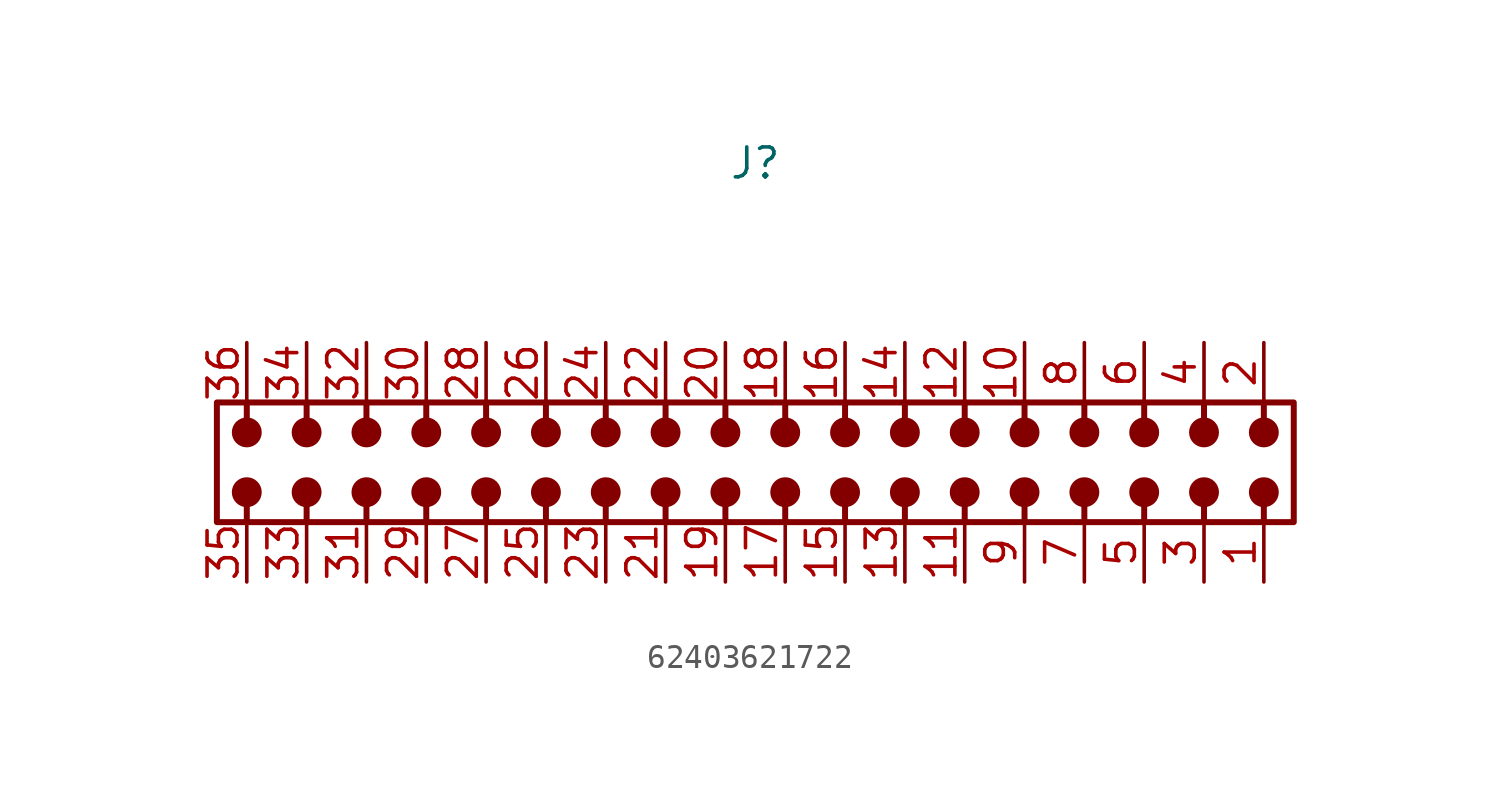
<source format=kicad_sym>
(kicad_symbol_lib
  (version 20241209)
  (generator "kicad_symbol_editor")
  (generator_version "9.0")
  (symbol "62403621722"
    (pin_names
      (hide yes))
    (property "Reference" "J"
      (at 0 12.7 0)
      (effects (font (size 1.27 1.27))))
    (symbol "62403621722_1_1"
      (rectangle (start -22.86 2.54) (end 22.86 -2.54) (stroke (width 0.254) (type solid)) (fill (type none)))
      (polyline (pts (xy -21.59 1.778) (xy -21.59 2.54)) (stroke (width 0.254) (type solid)) (fill (type none)))
      (circle (center -21.59 1.27) (radius 0.508) (stroke (width 0.254) (type solid)) (fill (type outline)))
      (circle (center -21.59 -1.27) (radius 0.508) (stroke (width 0.254) (type solid)) (fill (type outline)))
      (polyline (pts (xy -21.59 -1.778) (xy -21.59 -2.54)) (stroke (width 0.254) (type solid)) (fill (type none)))
      (polyline (pts (xy -19.05 1.778) (xy -19.05 2.54)) (stroke (width 0.254) (type solid)) (fill (type none)))
      (circle (center -19.05 1.27) (radius 0.508) (stroke (width 0.254) (type solid)) (fill (type outline)))
      (circle (center -19.05 -1.27) (radius 0.508) (stroke (width 0.254) (type solid)) (fill (type outline)))
      (polyline (pts (xy -19.05 -1.778) (xy -19.05 -2.54)) (stroke (width 0.254) (type solid)) (fill (type none)))
      (polyline (pts (xy -16.51 1.778) (xy -16.51 2.54)) (stroke (width 0.254) (type solid)) (fill (type none)))
      (circle (center -16.51 1.27) (radius 0.508) (stroke (width 0.254) (type solid)) (fill (type outline)))
      (circle (center -16.51 -1.27) (radius 0.508) (stroke (width 0.254) (type solid)) (fill (type outline)))
      (polyline (pts (xy -16.51 -1.778) (xy -16.51 -2.54)) (stroke (width 0.254) (type solid)) (fill (type none)))
      (polyline (pts (xy -13.97 1.778) (xy -13.97 2.54)) (stroke (width 0.254) (type solid)) (fill (type none)))
      (circle (center -13.97 1.27) (radius 0.508) (stroke (width 0.254) (type solid)) (fill (type outline)))
      (circle (center -13.97 -1.27) (radius 0.508) (stroke (width 0.254) (type solid)) (fill (type outline)))
      (polyline (pts (xy -13.97 -1.778) (xy -13.97 -2.54)) (stroke (width 0.254) (type solid)) (fill (type none)))
      (polyline (pts (xy -11.43 1.778) (xy -11.43 2.54)) (stroke (width 0.254) (type solid)) (fill (type none)))
      (circle (center -11.43 1.27) (radius 0.508) (stroke (width 0.254) (type solid)) (fill (type outline)))
      (circle (center -11.43 -1.27) (radius 0.508) (stroke (width 0.254) (type solid)) (fill (type outline)))
      (polyline (pts (xy -11.43 -1.778) (xy -11.43 -2.54)) (stroke (width 0.254) (type solid)) (fill (type none)))
      (polyline (pts (xy -8.89 1.778) (xy -8.89 2.54)) (stroke (width 0.254) (type solid)) (fill (type none)))
      (circle (center -8.89 1.27) (radius 0.508) (stroke (width 0.254) (type solid)) (fill (type outline)))
      (circle (center -8.89 -1.27) (radius 0.508) (stroke (width 0.254) (type solid)) (fill (type outline)))
      (polyline (pts (xy -8.89 -1.778) (xy -8.89 -2.54)) (stroke (width 0.254) (type solid)) (fill (type none)))
      (polyline (pts (xy -6.35 1.778) (xy -6.35 2.54)) (stroke (width 0.254) (type solid)) (fill (type none)))
      (circle (center -6.35 1.27) (radius 0.508) (stroke (width 0.254) (type solid)) (fill (type outline)))
      (circle (center -6.35 -1.27) (radius 0.508) (stroke (width 0.254) (type solid)) (fill (type outline)))
      (polyline (pts (xy -6.35 -1.778) (xy -6.35 -2.54)) (stroke (width 0.254) (type solid)) (fill (type none)))
      (polyline (pts (xy -3.81 1.778) (xy -3.81 2.54)) (stroke (width 0.254) (type solid)) (fill (type none)))
      (circle (center -3.81 1.27) (radius 0.508) (stroke (width 0.254) (type solid)) (fill (type outline)))
      (circle (center -3.81 -1.27) (radius 0.508) (stroke (width 0.254) (type solid)) (fill (type outline)))
      (polyline (pts (xy -3.81 -1.778) (xy -3.81 -2.54)) (stroke (width 0.254) (type solid)) (fill (type none)))
      (polyline (pts (xy -1.27 1.778) (xy -1.27 2.54)) (stroke (width 0.254) (type solid)) (fill (type none)))
      (circle (center -1.27 1.27) (radius 0.508) (stroke (width 0.254) (type solid)) (fill (type outline)))
      (circle (center -1.27 -1.27) (radius 0.508) (stroke (width 0.254) (type solid)) (fill (type outline)))
      (polyline (pts (xy -1.27 -1.778) (xy -1.27 -2.54)) (stroke (width 0.254) (type solid)) (fill (type none)))
      (polyline (pts (xy 1.27 1.778) (xy 1.27 2.54)) (stroke (width 0.254) (type solid)) (fill (type none)))
      (circle (center 1.27 1.27) (radius 0.508) (stroke (width 0.254) (type solid)) (fill (type outline)))
      (circle (center 1.27 -1.27) (radius 0.508) (stroke (width 0.254) (type solid)) (fill (type outline)))
      (polyline (pts (xy 1.27 -1.778) (xy 1.27 -2.54)) (stroke (width 0.254) (type solid)) (fill (type none)))
      (polyline (pts (xy 3.81 1.778) (xy 3.81 2.54)) (stroke (width 0.254) (type solid)) (fill (type none)))
      (circle (center 3.81 1.27) (radius 0.508) (stroke (width 0.254) (type solid)) (fill (type outline)))
      (circle (center 3.81 -1.27) (radius 0.508) (stroke (width 0.254) (type solid)) (fill (type outline)))
      (polyline (pts (xy 3.81 -1.778) (xy 3.81 -2.54)) (stroke (width 0.254) (type solid)) (fill (type none)))
      (polyline (pts (xy 6.35 1.778) (xy 6.35 2.54)) (stroke (width 0.254) (type solid)) (fill (type none)))
      (circle (center 6.35 1.27) (radius 0.508) (stroke (width 0.254) (type solid)) (fill (type outline)))
      (circle (center 6.35 -1.27) (radius 0.508) (stroke (width 0.254) (type solid)) (fill (type outline)))
      (polyline (pts (xy 6.35 -1.778) (xy 6.35 -2.54)) (stroke (width 0.254) (type solid)) (fill (type none)))
      (polyline (pts (xy 8.89 1.778) (xy 8.89 2.54)) (stroke (width 0.254) (type solid)) (fill (type none)))
      (circle (center 8.89 1.27) (radius 0.508) (stroke (width 0.254) (type solid)) (fill (type outline)))
      (circle (center 8.89 -1.27) (radius 0.508) (stroke (width 0.254) (type solid)) (fill (type outline)))
      (polyline (pts (xy 8.89 -1.778) (xy 8.89 -2.54)) (stroke (width 0.254) (type solid)) (fill (type none)))
      (polyline (pts (xy 11.43 1.778) (xy 11.43 2.54)) (stroke (width 0.254) (type solid)) (fill (type none)))
      (circle (center 11.43 1.27) (radius 0.508) (stroke (width 0.254) (type solid)) (fill (type outline)))
      (circle (center 11.43 -1.27) (radius 0.508) (stroke (width 0.254) (type solid)) (fill (type outline)))
      (polyline (pts (xy 11.43 -1.778) (xy 11.43 -2.54)) (stroke (width 0.254) (type solid)) (fill (type none)))
      (polyline (pts (xy 13.97 1.778) (xy 13.97 2.54)) (stroke (width 0.254) (type solid)) (fill (type none)))
      (circle (center 13.97 1.27) (radius 0.508) (stroke (width 0.254) (type solid)) (fill (type outline)))
      (circle (center 13.97 -1.27) (radius 0.508) (stroke (width 0.254) (type solid)) (fill (type outline)))
      (polyline (pts (xy 13.97 -1.778) (xy 13.97 -2.54)) (stroke (width 0.254) (type solid)) (fill (type none)))
      (polyline (pts (xy 16.51 1.778) (xy 16.51 2.54)) (stroke (width 0.254) (type solid)) (fill (type none)))
      (circle (center 16.51 1.27) (radius 0.508) (stroke (width 0.254) (type solid)) (fill (type outline)))
      (circle (center 16.51 -1.27) (radius 0.508) (stroke (width 0.254) (type solid)) (fill (type outline)))
      (polyline (pts (xy 16.51 -1.778) (xy 16.51 -2.54)) (stroke (width 0.254) (type solid)) (fill (type none)))
      (polyline (pts (xy 19.05 1.778) (xy 19.05 2.54)) (stroke (width 0.254) (type solid)) (fill (type none)))
      (circle (center 19.05 1.27) (radius 0.508) (stroke (width 0.254) (type solid)) (fill (type outline)))
      (circle (center 19.05 -1.27) (radius 0.508) (stroke (width 0.254) (type solid)) (fill (type outline)))
      (polyline (pts (xy 19.05 -1.778) (xy 19.05 -2.54)) (stroke (width 0.254) (type solid)) (fill (type none)))
      (polyline (pts (xy 21.59 1.778) (xy 21.59 2.54)) (stroke (width 0.254) (type solid)) (fill (type none)))
      (circle (center 21.59 1.27) (radius 0.508) (stroke (width 0.254) (type solid)) (fill (type outline)))
      (circle (center 21.59 -1.27) (radius 0.508) (stroke (width 0.254) (type solid)) (fill (type outline)))
      (polyline (pts (xy 21.59 -1.778) (xy 21.59 -2.54)) (stroke (width 0.254) (type solid)) (fill (type none)))
      (pin passive line (at -21.59 5.08 270) (length 2.54) (name "36" (effects (font (size 1.27 1.27)))) (number "36" (effects (font (size 1.27 1.27)))))
      (pin passive line (at -21.59 -5.08 90) (length 2.54) (name "35" (effects (font (size 1.27 1.27)))) (number "35" (effects (font (size 1.27 1.27)))))
      (pin passive line (at -19.05 5.08 270) (length 2.54) (name "34" (effects (font (size 1.27 1.27)))) (number "34" (effects (font (size 1.27 1.27)))))
      (pin passive line (at -19.05 -5.08 90) (length 2.54) (name "33" (effects (font (size 1.27 1.27)))) (number "33" (effects (font (size 1.27 1.27)))))
      (pin passive line (at -16.51 5.08 270) (length 2.54) (name "32" (effects (font (size 1.27 1.27)))) (number "32" (effects (font (size 1.27 1.27)))))
      (pin passive line (at -16.51 -5.08 90) (length 2.54) (name "31" (effects (font (size 1.27 1.27)))) (number "31" (effects (font (size 1.27 1.27)))))
      (pin passive line (at -13.97 5.08 270) (length 2.54) (name "30" (effects (font (size 1.27 1.27)))) (number "30" (effects (font (size 1.27 1.27)))))
      (pin passive line (at -13.97 -5.08 90) (length 2.54) (name "29" (effects (font (size 1.27 1.27)))) (number "29" (effects (font (size 1.27 1.27)))))
      (pin passive line (at -11.43 5.08 270) (length 2.54) (name "28" (effects (font (size 1.27 1.27)))) (number "28" (effects (font (size 1.27 1.27)))))
      (pin passive line (at -11.43 -5.08 90) (length 2.54) (name "27" (effects (font (size 1.27 1.27)))) (number "27" (effects (font (size 1.27 1.27)))))
      (pin passive line (at -8.89 5.08 270) (length 2.54) (name "26" (effects (font (size 1.27 1.27)))) (number "26" (effects (font (size 1.27 1.27)))))
      (pin passive line (at -8.89 -5.08 90) (length 2.54) (name "25" (effects (font (size 1.27 1.27)))) (number "25" (effects (font (size 1.27 1.27)))))
      (pin passive line (at -6.35 5.08 270) (length 2.54) (name "24" (effects (font (size 1.27 1.27)))) (number "24" (effects (font (size 1.27 1.27)))))
      (pin passive line (at -6.35 -5.08 90) (length 2.54) (name "23" (effects (font (size 1.27 1.27)))) (number "23" (effects (font (size 1.27 1.27)))))
      (pin passive line (at -3.81 5.08 270) (length 2.54) (name "22" (effects (font (size 1.27 1.27)))) (number "22" (effects (font (size 1.27 1.27)))))
      (pin passive line (at -3.81 -5.08 90) (length 2.54) (name "21" (effects (font (size 1.27 1.27)))) (number "21" (effects (font (size 1.27 1.27)))))
      (pin passive line (at -1.27 5.08 270) (length 2.54) (name "20" (effects (font (size 1.27 1.27)))) (number "20" (effects (font (size 1.27 1.27)))))
      (pin passive line (at -1.27 -5.08 90) (length 2.54) (name "19" (effects (font (size 1.27 1.27)))) (number "19" (effects (font (size 1.27 1.27)))))
      (pin passive line (at 1.27 5.08 270) (length 2.54) (name "18" (effects (font (size 1.27 1.27)))) (number "18" (effects (font (size 1.27 1.27)))))
      (pin passive line (at 1.27 -5.08 90) (length 2.54) (name "17" (effects (font (size 1.27 1.27)))) (number "17" (effects (font (size 1.27 1.27)))))
      (pin passive line (at 3.81 5.08 270) (length 2.54) (name "16" (effects (font (size 1.27 1.27)))) (number "16" (effects (font (size 1.27 1.27)))))
      (pin passive line (at 3.81 -5.08 90) (length 2.54) (name "15" (effects (font (size 1.27 1.27)))) (number "15" (effects (font (size 1.27 1.27)))))
      (pin passive line (at 6.35 5.08 270) (length 2.54) (name "14" (effects (font (size 1.27 1.27)))) (number "14" (effects (font (size 1.27 1.27)))))
      (pin passive line (at 6.35 -5.08 90) (length 2.54) (name "13" (effects (font (size 1.27 1.27)))) (number "13" (effects (font (size 1.27 1.27)))))
      (pin passive line (at 8.89 5.08 270) (length 2.54) (name "12" (effects (font (size 1.27 1.27)))) (number "12" (effects (font (size 1.27 1.27)))))
      (pin passive line (at 8.89 -5.08 90) (length 2.54) (name "11" (effects (font (size 1.27 1.27)))) (number "11" (effects (font (size 1.27 1.27)))))
      (pin passive line (at 11.43 5.08 270) (length 2.54) (name "10" (effects (font (size 1.27 1.27)))) (number "10" (effects (font (size 1.27 1.27)))))
      (pin passive line (at 11.43 -5.08 90) (length 2.54) (name "9" (effects (font (size 1.27 1.27)))) (number "9" (effects (font (size 1.27 1.27)))))
      (pin passive line (at 13.97 5.08 270) (length 2.54) (name "8" (effects (font (size 1.27 1.27)))) (number "8" (effects (font (size 1.27 1.27)))))
      (pin passive line (at 13.97 -5.08 90) (length 2.54) (name "7" (effects (font (size 1.27 1.27)))) (number "7" (effects (font (size 1.27 1.27)))))
      (pin passive line (at 16.51 5.08 270) (length 2.54) (name "6" (effects (font (size 1.27 1.27)))) (number "6" (effects (font (size 1.27 1.27)))))
      (pin passive line (at 16.51 -5.08 90) (length 2.54) (name "5" (effects (font (size 1.27 1.27)))) (number "5" (effects (font (size 1.27 1.27)))))
      (pin passive line (at 19.05 5.08 270) (length 2.54) (name "4" (effects (font (size 1.27 1.27)))) (number "4" (effects (font (size 1.27 1.27)))))
      (pin passive line (at 19.05 -5.08 90) (length 2.54) (name "3" (effects (font (size 1.27 1.27)))) (number "3" (effects (font (size 1.27 1.27)))))
      (pin passive line (at 21.59 5.08 270) (length 2.54) (name "2" (effects (font (size 1.27 1.27)))) (number "2" (effects (font (size 1.27 1.27)))))
      (pin passive line (at 21.59 -5.08 90) (length 2.54) (name "1" (effects (font (size 1.27 1.27)))) (number "1" (effects (font (size 1.27 1.27))))))))
</source>
